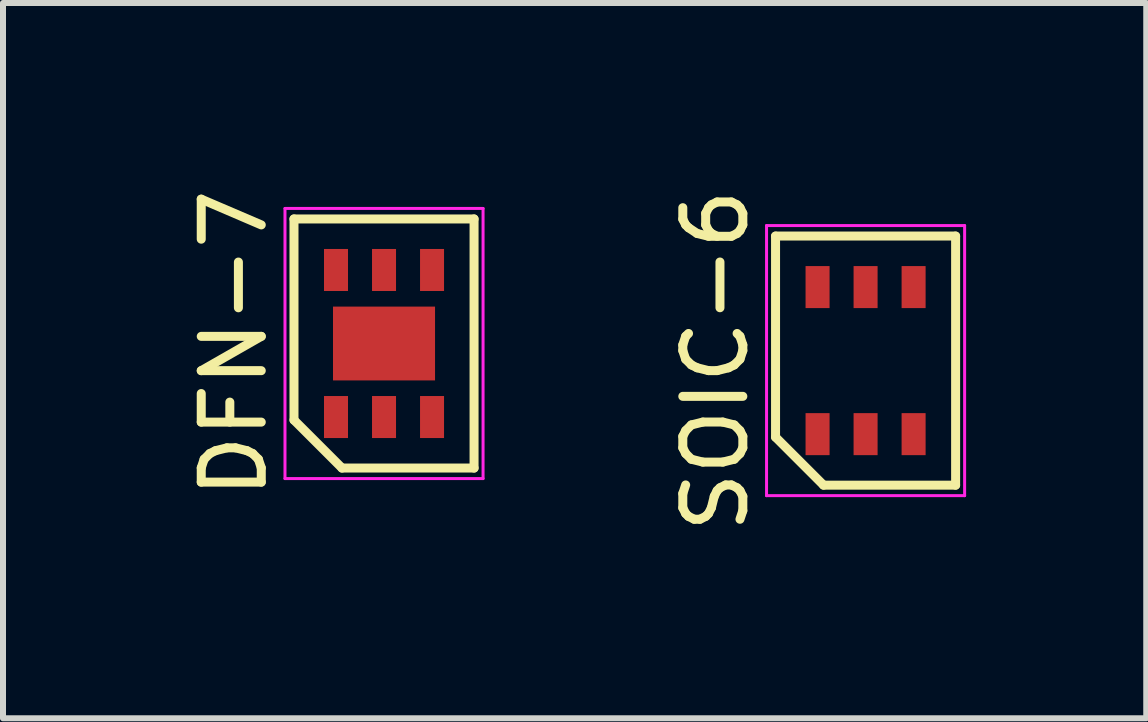
<source format=kicad_pcb>
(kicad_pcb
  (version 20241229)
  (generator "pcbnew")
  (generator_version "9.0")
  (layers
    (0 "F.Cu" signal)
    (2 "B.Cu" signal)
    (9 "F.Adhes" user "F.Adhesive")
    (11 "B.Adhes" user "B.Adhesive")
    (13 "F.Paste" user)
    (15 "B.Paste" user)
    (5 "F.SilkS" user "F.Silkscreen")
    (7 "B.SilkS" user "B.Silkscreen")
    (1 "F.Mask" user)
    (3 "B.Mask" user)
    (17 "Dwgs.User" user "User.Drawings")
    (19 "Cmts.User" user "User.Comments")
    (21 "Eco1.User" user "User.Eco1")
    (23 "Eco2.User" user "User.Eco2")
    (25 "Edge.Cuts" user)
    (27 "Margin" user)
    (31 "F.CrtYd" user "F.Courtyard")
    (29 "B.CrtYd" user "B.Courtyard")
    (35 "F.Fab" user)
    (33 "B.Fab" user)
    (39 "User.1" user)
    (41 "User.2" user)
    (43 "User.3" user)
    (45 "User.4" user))
  (footprint "DFN-7"
    (layer "F.Cu")
    (at 3.348 2.673)
    (property "Reference" "DFN-7" (at -2.5 0 90) (layer "F.SilkS") (effects (font (size 1 1) (thickness 0.15))))
    (attr smd)
    (fp_line (start -1.5 -2.075) (end 1.5 -2.075) (stroke (width 0.15) (type solid)) (layer "F.SilkS"))
    (fp_line (start -1.5 1.275) (end -1.5 -2.075) (stroke (width 0.15) (type solid)) (layer "F.SilkS"))
    (fp_line (start -0.7 2.075) (end -1.5 1.275) (stroke (width 0.15) (type solid)) (layer "F.SilkS"))
    (fp_line (start 1.5 -2.075) (end 1.5 2.075) (stroke (width 0.15) (type solid)) (layer "F.SilkS"))
    (fp_line (start 1.5 2.075) (end -0.7 2.075) (stroke (width 0.15) (type solid)) (layer "F.SilkS"))
    (fp_line (start -1.65 -2.25) (end 1.65 -2.25) (stroke (width 0.05) (type solid)) (layer "F.CrtYd"))
    (fp_line (start -1.65 2.25) (end -1.65 -2.25) (stroke (width 0.05) (type solid)) (layer "F.CrtYd"))
    (fp_line (start 1.65 -2.25) (end 1.65 2.25) (stroke (width 0.05) (type solid)) (layer "F.CrtYd"))
    (fp_line (start 1.65 2.25) (end -1.65 2.25) (stroke (width 0.05) (type solid)) (layer "F.CrtYd"))
    (pad "1" smd rect (at -0.8 1.225) (size 0.4 0.7) (layers "F.Cu" "F.Mask" "F.Paste"))
    (pad "2" smd rect (at 0 1.225) (size 0.4 0.7) (layers "F.Cu" "F.Mask" "F.Paste"))
    (pad "3" smd rect (at 0.8 1.225) (size 0.4 0.7) (layers "F.Cu" "F.Mask" "F.Paste"))
    (pad "4" smd rect (at 0.8 -1.225) (size 0.4 0.7) (layers "F.Cu" "F.Mask" "F.Paste"))
    (pad "5" smd rect (at 0 -1.225) (size 0.4 0.7) (layers "F.Cu" "F.Mask" "F.Paste"))
    (pad "6" smd rect (at -0.8 -1.225) (size 0.4 0.7) (layers "F.Cu" "F.Mask" "F.Paste"))
    (pad "7" smd rect (at 0 0) (size 1.7 1.23) (layers "F.Cu" "F.Mask" "F.Paste")))
  (footprint "SOIC-6"
    (layer "F.Cu")
    (at 11.371 2.958)
    (property "Reference" "SOIC-6" (at -2.5 0 90) (layer "F.SilkS") (effects (font (size 1 1) (thickness 0.15))))
    (attr smd)
    (fp_line (start -1.5 -2.075) (end 1.5 -2.075) (stroke (width 0.15) (type solid)) (layer "F.SilkS"))
    (fp_line (start -1.5 1.275) (end -1.5 -2.075) (stroke (width 0.15) (type solid)) (layer "F.SilkS"))
    (fp_line (start -0.7 2.075) (end -1.5 1.275) (stroke (width 0.15) (type solid)) (layer "F.SilkS"))
    (fp_line (start 1.5 -2.075) (end 1.5 2.075) (stroke (width 0.15) (type solid)) (layer "F.SilkS"))
    (fp_line (start 1.5 2.075) (end -0.7 2.075) (stroke (width 0.15) (type solid)) (layer "F.SilkS"))
    (fp_line (start -1.65 -2.25) (end 1.65 -2.25) (stroke (width 0.05) (type solid)) (layer "F.CrtYd"))
    (fp_line (start -1.65 2.25) (end -1.65 -2.25) (stroke (width 0.05) (type solid)) (layer "F.CrtYd"))
    (fp_line (start 1.65 -2.25) (end 1.65 2.25) (stroke (width 0.05) (type solid)) (layer "F.CrtYd"))
    (fp_line (start 1.65 2.25) (end -1.65 2.25) (stroke (width 0.05) (type solid)) (layer "F.CrtYd"))
    (pad "1" smd rect (at -0.8 1.225) (size 0.4 0.7) (layers "F.Cu" "F.Mask" "F.Paste"))
    (pad "2" smd rect (at 0 1.225) (size 0.4 0.7) (layers "F.Cu" "F.Mask" "F.Paste"))
    (pad "3" smd rect (at 0.8 1.225) (size 0.4 0.7) (layers "F.Cu" "F.Mask" "F.Paste"))
    (pad "4" smd rect (at 0.8 -1.225) (size 0.4 0.7) (layers "F.Cu" "F.Mask" "F.Paste"))
    (pad "5" smd rect (at 0 -1.225) (size 0.4 0.7) (layers "F.Cu" "F.Mask" "F.Paste"))
    (pad "6" smd rect (at -0.8 -1.225) (size 0.4 0.7) (layers "F.Cu" "F.Mask" "F.Paste")))
  (gr_rect
    (start -3 -3)
    (end 16.047 8.917)
    (stroke (width 0.1) (type default))
    (fill no)
    (layer "Edge.Cuts")))
</source>
